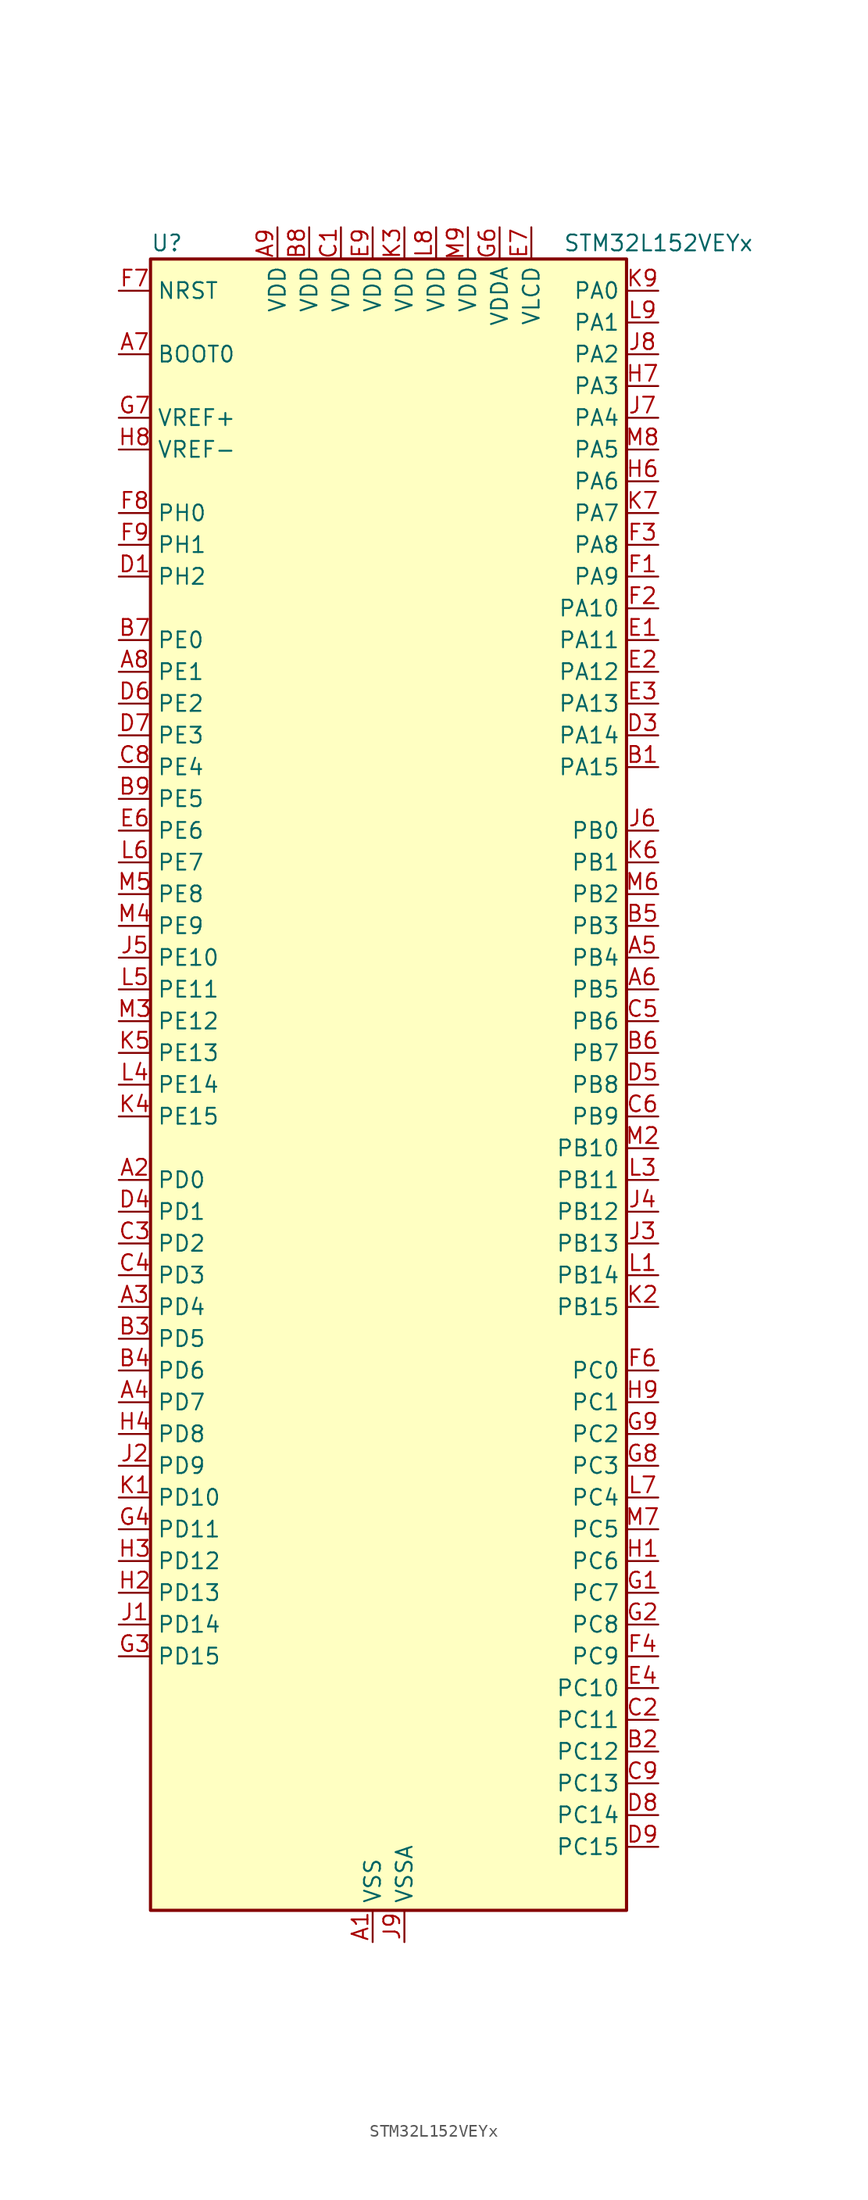
<source format=kicad_sym>
(kicad_symbol_lib
  (version 20231120)
  (generator "kicad-library-utils")
  (generator_version "8.0")
  (symbol "STM32L152VEYx"
    (property "Reference" "U"
      (at -17.78 67.31 0)
      (effects (font (size 1.27 1.27)) (justify left)))
    (property "Value" "STM32L152VEYx"
      (at 15.24 67.31 0)
      (effects (font (size 1.27 1.27)) (justify left)))
    (symbol "STM32L152VEYx_0_1"
      (rectangle (start -17.78 -66.04) (end 20.32 66.04) (stroke (width 0.254) (type default)) (fill (type background))))
    (symbol "STM32L152VEYx_1_1"
      (pin power_in line (at 0 -68.58 90) (length 2.54) (name "VSS" (effects (font (size 1.27 1.27)))) (number "A1" (effects (font (size 1.27 1.27)))))
      (pin bidirectional line (at -20.32 -7.62 0) (length 2.54) (name "PD0" (effects (font (size 1.27 1.27)))) (number "A2" (effects (font (size 1.27 1.27)))) (alternate "I2S2_WS" bidirectional line) (alternate "SPI2_NSS" bidirectional line) (alternate "TIM9_CH1" bidirectional line) (alternate "TIMX_IC1" bidirectional line))
      (pin bidirectional line (at -20.32 -17.78 0) (length 2.54) (name "PD4" (effects (font (size 1.27 1.27)))) (number "A3" (effects (font (size 1.27 1.27)))) (alternate "I2S2_SD" bidirectional line) (alternate "SPI2_MOSI" bidirectional line) (alternate "TIMX_IC1" bidirectional line) (alternate "USART2_RTS" bidirectional line))
      (pin bidirectional line (at -20.32 -25.4 0) (length 2.54) (name "PD7" (effects (font (size 1.27 1.27)))) (number "A4" (effects (font (size 1.27 1.27)))) (alternate "TIM9_CH2" bidirectional line) (alternate "TIMX_IC4" bidirectional line) (alternate "USART2_CK" bidirectional line))
      (pin bidirectional line (at 22.86 10.16 180) (length 2.54) (name "PB4" (effects (font (size 1.27 1.27)))) (number "A5" (effects (font (size 1.27 1.27)))) (alternate "COMP2_INP" bidirectional line) (alternate "LCD_SEG8" bidirectional line) (alternate "SPI1_MISO" bidirectional line) (alternate "SPI3_MISO" bidirectional line) (alternate "SYS_JTRST" bidirectional line) (alternate "TIM3_CH1" bidirectional line) (alternate "TS_G6_IO1" bidirectional line))
      (pin bidirectional line (at 22.86 7.62 180) (length 2.54) (name "PB5" (effects (font (size 1.27 1.27)))) (number "A6" (effects (font (size 1.27 1.27)))) (alternate "COMP2_INP" bidirectional line) (alternate "I2C1_SMBA" bidirectional line) (alternate "I2S3_SD" bidirectional line) (alternate "LCD_SEG9" bidirectional line) (alternate "SPI1_MOSI" bidirectional line) (alternate "SPI3_MOSI" bidirectional line) (alternate "TIM3_CH2" bidirectional line) (alternate "TS_G6_IO2" bidirectional line))
      (pin input line (at -20.32 58.42 0) (length 2.54) (name "BOOT0" (effects (font (size 1.27 1.27)))) (number "A7" (effects (font (size 1.27 1.27)))))
      (pin bidirectional line (at -20.32 33.02 0) (length 2.54) (name "PE1" (effects (font (size 1.27 1.27)))) (number "A8" (effects (font (size 1.27 1.27)))) (alternate "LCD_SEG37" bidirectional line) (alternate "TIM11_CH1" bidirectional line) (alternate "TIMX_IC2" bidirectional line))
      (pin power_in line (at -7.62 68.58 270) (length 2.54) (name "VDD" (effects (font (size 1.27 1.27)))) (number "A9" (effects (font (size 1.27 1.27)))))
      (pin bidirectional line (at 22.86 25.4 180) (length 2.54) (name "PA15" (effects (font (size 1.27 1.27)))) (number "B1" (effects (font (size 1.27 1.27)))) (alternate "ADC_EXTI15" bidirectional line) (alternate "I2S3_WS" bidirectional line) (alternate "LCD_SEG17" bidirectional line) (alternate "SPI1_NSS" bidirectional line) (alternate "SPI3_NSS" bidirectional line) (alternate "SYS_JTDI" bidirectional line) (alternate "TIM2_CH1" bidirectional line) (alternate "TIM2_ETR" bidirectional line) (alternate "TIMX_IC4" bidirectional line) (alternate "TS_G5_IO3" bidirectional line))
      (pin bidirectional line (at 22.86 -53.34 180) (length 2.54) (name "PC12" (effects (font (size 1.27 1.27)))) (number "B2" (effects (font (size 1.27 1.27)))) (alternate "I2S3_SD" bidirectional line) (alternate "LCD_COM6" bidirectional line) (alternate "LCD_SEG30" bidirectional line) (alternate "LCD_SEG42" bidirectional line) (alternate "SPI3_MOSI" bidirectional line) (alternate "TIMX_IC1" bidirectional line) (alternate "UART5_TX" bidirectional line) (alternate "USART3_CK" bidirectional line))
      (pin bidirectional line (at -20.32 -20.32 0) (length 2.54) (name "PD5" (effects (font (size 1.27 1.27)))) (number "B3" (effects (font (size 1.27 1.27)))) (alternate "TIMX_IC2" bidirectional line) (alternate "USART2_TX" bidirectional line))
      (pin bidirectional line (at -20.32 -22.86 0) (length 2.54) (name "PD6" (effects (font (size 1.27 1.27)))) (number "B4" (effects (font (size 1.27 1.27)))) (alternate "TIMX_IC3" bidirectional line) (alternate "USART2_RX" bidirectional line))
      (pin bidirectional line (at 22.86 12.7 180) (length 2.54) (name "PB3" (effects (font (size 1.27 1.27)))) (number "B5" (effects (font (size 1.27 1.27)))) (alternate "COMP2_INM" bidirectional line) (alternate "I2S3_CK" bidirectional line) (alternate "LCD_SEG7" bidirectional line) (alternate "SPI1_SCK" bidirectional line) (alternate "SPI3_SCK" bidirectional line) (alternate "SYS_JTDO-TRACESWO" bidirectional line) (alternate "TIM2_CH2" bidirectional line))
      (pin bidirectional line (at 22.86 2.54 180) (length 2.54) (name "PB7" (effects (font (size 1.27 1.27)))) (number "B6" (effects (font (size 1.27 1.27)))) (alternate "COMP2_INP" bidirectional line) (alternate "I2C1_SDA" bidirectional line) (alternate "SYS_PVD_IN" bidirectional line) (alternate "TIM4_CH2" bidirectional line) (alternate "TS_G6_IO4" bidirectional line) (alternate "USART1_RX" bidirectional line))
      (pin bidirectional line (at -20.32 35.56 0) (length 2.54) (name "PE0" (effects (font (size 1.27 1.27)))) (number "B7" (effects (font (size 1.27 1.27)))) (alternate "LCD_SEG36" bidirectional line) (alternate "TIM10_CH1" bidirectional line) (alternate "TIM4_ETR" bidirectional line) (alternate "TIMX_IC1" bidirectional line))
      (pin power_in line (at -5.08 68.58 270) (length 2.54) (name "VDD" (effects (font (size 1.27 1.27)))) (number "B8" (effects (font (size 1.27 1.27)))))
      (pin bidirectional line (at -20.32 22.86 0) (length 2.54) (name "PE5" (effects (font (size 1.27 1.27)))) (number "B9" (effects (font (size 1.27 1.27)))) (alternate "SYS_TRACED2" bidirectional line) (alternate "TIM9_CH1" bidirectional line) (alternate "TIMX_IC2" bidirectional line))
      (pin power_in line (at -2.54 68.58 270) (length 2.54) (name "VDD" (effects (font (size 1.27 1.27)))) (number "C1" (effects (font (size 1.27 1.27)))))
      (pin bidirectional line (at 22.86 -50.8 180) (length 2.54) (name "PC11" (effects (font (size 1.27 1.27)))) (number "C2" (effects (font (size 1.27 1.27)))) (alternate "ADC_EXTI11" bidirectional line) (alternate "LCD_COM5" bidirectional line) (alternate "LCD_SEG29" bidirectional line) (alternate "LCD_SEG41" bidirectional line) (alternate "SPI3_MISO" bidirectional line) (alternate "TIMX_IC4" bidirectional line) (alternate "UART4_RX" bidirectional line) (alternate "USART3_RX" bidirectional line))
      (pin bidirectional line (at -20.32 -12.7 0) (length 2.54) (name "PD2" (effects (font (size 1.27 1.27)))) (number "C3" (effects (font (size 1.27 1.27)))) (alternate "LCD_COM7" bidirectional line) (alternate "LCD_SEG31" bidirectional line) (alternate "LCD_SEG43" bidirectional line) (alternate "TIM3_ETR" bidirectional line) (alternate "TIMX_IC3" bidirectional line) (alternate "UART5_RX" bidirectional line))
      (pin bidirectional line (at -20.32 -15.24 0) (length 2.54) (name "PD3" (effects (font (size 1.27 1.27)))) (number "C4" (effects (font (size 1.27 1.27)))) (alternate "SPI2_MISO" bidirectional line) (alternate "TIMX_IC4" bidirectional line) (alternate "USART2_CTS" bidirectional line))
      (pin bidirectional line (at 22.86 5.08 180) (length 2.54) (name "PB6" (effects (font (size 1.27 1.27)))) (number "C5" (effects (font (size 1.27 1.27)))) (alternate "COMP2_INP" bidirectional line) (alternate "I2C1_SCL" bidirectional line) (alternate "TIM4_CH1" bidirectional line) (alternate "TS_G6_IO3" bidirectional line) (alternate "USART1_TX" bidirectional line))
      (pin bidirectional line (at 22.86 -2.54 180) (length 2.54) (name "PB9" (effects (font (size 1.27 1.27)))) (number "C6" (effects (font (size 1.27 1.27)))) (alternate "DAC_EXTI9" bidirectional line) (alternate "I2C1_SDA" bidirectional line) (alternate "LCD_COM3" bidirectional line) (alternate "TIM11_CH1" bidirectional line) (alternate "TIM4_CH4" bidirectional line))
      (pin passive line (at 0 -68.58 90) (length 2.54) hide (name "VSS" (effects (font (size 1.27 1.27)))) (number "C7" (effects (font (size 1.27 1.27)))))
      (pin bidirectional line (at -20.32 25.4 0) (length 2.54) (name "PE4" (effects (font (size 1.27 1.27)))) (number "C8" (effects (font (size 1.27 1.27)))) (alternate "SYS_TRACED1" bidirectional line) (alternate "TIM3_CH2" bidirectional line) (alternate "TIMX_IC1" bidirectional line))
      (pin bidirectional line (at 22.86 -55.88 180) (length 2.54) (name "PC13" (effects (font (size 1.27 1.27)))) (number "C9" (effects (font (size 1.27 1.27)))) (alternate "RTC_OUT_ALARM" bidirectional line) (alternate "RTC_OUT_CALIB" bidirectional line) (alternate "RTC_TAMP1" bidirectional line) (alternate "RTC_TS" bidirectional line) (alternate "SYS_WKUP2" bidirectional line) (alternate "TIMX_IC2" bidirectional line))
      (pin bidirectional line (at -20.32 40.64 0) (length 2.54) (name "PH2" (effects (font (size 1.27 1.27)))) (number "D1" (effects (font (size 1.27 1.27)))))
      (pin passive line (at 0 -68.58 90) (length 2.54) hide (name "VSS" (effects (font (size 1.27 1.27)))) (number "D2" (effects (font (size 1.27 1.27)))))
      (pin bidirectional line (at 22.86 27.94 180) (length 2.54) (name "PA14" (effects (font (size 1.27 1.27)))) (number "D3" (effects (font (size 1.27 1.27)))) (alternate "SYS_JTCK-SWCLK" bidirectional line) (alternate "TIMX_IC3" bidirectional line) (alternate "TS_G5_IO2" bidirectional line))
      (pin bidirectional line (at -20.32 -10.16 0) (length 2.54) (name "PD1" (effects (font (size 1.27 1.27)))) (number "D4" (effects (font (size 1.27 1.27)))) (alternate "I2S2_CK" bidirectional line) (alternate "SPI2_SCK" bidirectional line) (alternate "TIMX_IC2" bidirectional line))
      (pin bidirectional line (at 22.86 0 180) (length 2.54) (name "PB8" (effects (font (size 1.27 1.27)))) (number "D5" (effects (font (size 1.27 1.27)))) (alternate "I2C1_SCL" bidirectional line) (alternate "LCD_SEG16" bidirectional line) (alternate "TIM10_CH1" bidirectional line) (alternate "TIM4_CH3" bidirectional line))
      (pin bidirectional line (at -20.32 30.48 0) (length 2.54) (name "PE2" (effects (font (size 1.27 1.27)))) (number "D6" (effects (font (size 1.27 1.27)))) (alternate "LCD_SEG38" bidirectional line) (alternate "SYS_TRACECK" bidirectional line) (alternate "TIM3_ETR" bidirectional line) (alternate "TIMX_IC3" bidirectional line))
      (pin bidirectional line (at -20.32 27.94 0) (length 2.54) (name "PE3" (effects (font (size 1.27 1.27)))) (number "D7" (effects (font (size 1.27 1.27)))) (alternate "LCD_SEG39" bidirectional line) (alternate "SYS_TRACED0" bidirectional line) (alternate "TIM3_CH1" bidirectional line) (alternate "TIMX_IC4" bidirectional line))
      (pin bidirectional line (at 22.86 -58.42 180) (length 2.54) (name "PC14" (effects (font (size 1.27 1.27)))) (number "D8" (effects (font (size 1.27 1.27)))) (alternate "RCC_OSC32_IN" bidirectional line) (alternate "TIMX_IC3" bidirectional line))
      (pin bidirectional line (at 22.86 -60.96 180) (length 2.54) (name "PC15" (effects (font (size 1.27 1.27)))) (number "D9" (effects (font (size 1.27 1.27)))) (alternate "ADC_EXTI15" bidirectional line) (alternate "RCC_OSC32_OUT" bidirectional line) (alternate "TIMX_IC4" bidirectional line))
      (pin bidirectional line (at 22.86 35.56 180) (length 2.54) (name "PA11" (effects (font (size 1.27 1.27)))) (number "E1" (effects (font (size 1.27 1.27)))) (alternate "ADC_EXTI11" bidirectional line) (alternate "SPI1_MISO" bidirectional line) (alternate "TIMX_IC4" bidirectional line) (alternate "USART1_CTS" bidirectional line) (alternate "USB_DM" bidirectional line))
      (pin bidirectional line (at 22.86 33.02 180) (length 2.54) (name "PA12" (effects (font (size 1.27 1.27)))) (number "E2" (effects (font (size 1.27 1.27)))) (alternate "SPI1_MOSI" bidirectional line) (alternate "TIMX_IC1" bidirectional line) (alternate "USART1_RTS" bidirectional line) (alternate "USB_DP" bidirectional line))
      (pin bidirectional line (at 22.86 30.48 180) (length 2.54) (name "PA13" (effects (font (size 1.27 1.27)))) (number "E3" (effects (font (size 1.27 1.27)))) (alternate "SYS_JTMS-SWDIO" bidirectional line) (alternate "TIMX_IC2" bidirectional line) (alternate "TS_G5_IO1" bidirectional line))
      (pin bidirectional line (at 22.86 -48.26 180) (length 2.54) (name "PC10" (effects (font (size 1.27 1.27)))) (number "E4" (effects (font (size 1.27 1.27)))) (alternate "I2S3_CK" bidirectional line) (alternate "LCD_COM4" bidirectional line) (alternate "LCD_SEG28" bidirectional line) (alternate "LCD_SEG40" bidirectional line) (alternate "SPI3_SCK" bidirectional line) (alternate "TIMX_IC3" bidirectional line) (alternate "UART4_TX" bidirectional line) (alternate "USART3_TX" bidirectional line))
      (pin bidirectional line (at -20.32 20.32 0) (length 2.54) (name "PE6" (effects (font (size 1.27 1.27)))) (number "E6" (effects (font (size 1.27 1.27)))) (alternate "RTC_TAMP3" bidirectional line) (alternate "SYS_TRACED3" bidirectional line) (alternate "SYS_WKUP3" bidirectional line) (alternate "TIM9_CH2" bidirectional line) (alternate "TIMX_IC3" bidirectional line))
      (pin power_in line (at 12.7 68.58 270) (length 2.54) (name "VLCD" (effects (font (size 1.27 1.27)))) (number "E7" (effects (font (size 1.27 1.27)))))
      (pin passive line (at 0 -68.58 90) (length 2.54) hide (name "VSS" (effects (font (size 1.27 1.27)))) (number "E8" (effects (font (size 1.27 1.27)))))
      (pin power_in line (at 0 68.58 270) (length 2.54) (name "VDD" (effects (font (size 1.27 1.27)))) (number "E9" (effects (font (size 1.27 1.27)))))
      (pin bidirectional line (at 22.86 40.64 180) (length 2.54) (name "PA9" (effects (font (size 1.27 1.27)))) (number "F1" (effects (font (size 1.27 1.27)))) (alternate "DAC_EXTI9" bidirectional line) (alternate "LCD_COM1" bidirectional line) (alternate "TIMX_IC2" bidirectional line) (alternate "TS_G4_IO2" bidirectional line) (alternate "USART1_TX" bidirectional line))
      (pin bidirectional line (at 22.86 38.1 180) (length 2.54) (name "PA10" (effects (font (size 1.27 1.27)))) (number "F2" (effects (font (size 1.27 1.27)))) (alternate "LCD_COM2" bidirectional line) (alternate "TIMX_IC3" bidirectional line) (alternate "TS_G4_IO3" bidirectional line) (alternate "USART1_RX" bidirectional line))
      (pin bidirectional line (at 22.86 43.18 180) (length 2.54) (name "PA8" (effects (font (size 1.27 1.27)))) (number "F3" (effects (font (size 1.27 1.27)))) (alternate "LCD_COM0" bidirectional line) (alternate "RCC_MCO" bidirectional line) (alternate "TIMX_IC1" bidirectional line) (alternate "TS_G4_IO1" bidirectional line) (alternate "USART1_CK" bidirectional line))
      (pin bidirectional line (at 22.86 -45.72 180) (length 2.54) (name "PC9" (effects (font (size 1.27 1.27)))) (number "F4" (effects (font (size 1.27 1.27)))) (alternate "DAC_EXTI9" bidirectional line) (alternate "LCD_SEG27" bidirectional line) (alternate "TIM3_CH4" bidirectional line) (alternate "TIMX_IC2" bidirectional line) (alternate "TS_G10_IO4" bidirectional line))
      (pin bidirectional line (at 22.86 -22.86 180) (length 2.54) (name "PC0" (effects (font (size 1.27 1.27)))) (number "F6" (effects (font (size 1.27 1.27)))) (alternate "ADC_IN10" bidirectional line) (alternate "COMP1_INP" bidirectional line) (alternate "LCD_SEG18" bidirectional line) (alternate "TIMX_IC1" bidirectional line) (alternate "TS_G8_IO1" bidirectional line))
      (pin input line (at -20.32 63.5 0) (length 2.54) (name "NRST" (effects (font (size 1.27 1.27)))) (number "F7" (effects (font (size 1.27 1.27)))))
      (pin bidirectional line (at -20.32 45.72 0) (length 2.54) (name "PH0" (effects (font (size 1.27 1.27)))) (number "F8" (effects (font (size 1.27 1.27)))) (alternate "RCC_OSC_IN" bidirectional line))
      (pin bidirectional line (at -20.32 43.18 0) (length 2.54) (name "PH1" (effects (font (size 1.27 1.27)))) (number "F9" (effects (font (size 1.27 1.27)))) (alternate "RCC_OSC_OUT" bidirectional line))
      (pin bidirectional line (at 22.86 -40.64 180) (length 2.54) (name "PC7" (effects (font (size 1.27 1.27)))) (number "G1" (effects (font (size 1.27 1.27)))) (alternate "I2S3_MCK" bidirectional line) (alternate "LCD_SEG25" bidirectional line) (alternate "TIM3_CH2" bidirectional line) (alternate "TIMX_IC4" bidirectional line) (alternate "TS_G10_IO2" bidirectional line))
      (pin bidirectional line (at 22.86 -43.18 180) (length 2.54) (name "PC8" (effects (font (size 1.27 1.27)))) (number "G2" (effects (font (size 1.27 1.27)))) (alternate "LCD_SEG26" bidirectional line) (alternate "TIM3_CH3" bidirectional line) (alternate "TIMX_IC1" bidirectional line) (alternate "TS_G10_IO3" bidirectional line))
      (pin bidirectional line (at -20.32 -45.72 0) (length 2.54) (name "PD15" (effects (font (size 1.27 1.27)))) (number "G3" (effects (font (size 1.27 1.27)))) (alternate "ADC_EXTI15" bidirectional line) (alternate "LCD_SEG35" bidirectional line) (alternate "TIM4_CH4" bidirectional line) (alternate "TIMX_IC4" bidirectional line))
      (pin bidirectional line (at -20.32 -35.56 0) (length 2.54) (name "PD11" (effects (font (size 1.27 1.27)))) (number "G4" (effects (font (size 1.27 1.27)))) (alternate "ADC_EXTI11" bidirectional line) (alternate "LCD_SEG31" bidirectional line) (alternate "TIMX_IC4" bidirectional line) (alternate "USART3_CTS" bidirectional line))
      (pin power_in line (at 10.16 68.58 270) (length 2.54) (name "VDDA" (effects (font (size 1.27 1.27)))) (number "G6" (effects (font (size 1.27 1.27)))))
      (pin input line (at -20.32 53.34 0) (length 2.54) (name "VREF+" (effects (font (size 1.27 1.27)))) (number "G7" (effects (font (size 1.27 1.27)))))
      (pin bidirectional line (at 22.86 -30.48 180) (length 2.54) (name "PC3" (effects (font (size 1.27 1.27)))) (number "G8" (effects (font (size 1.27 1.27)))) (alternate "ADC_IN13" bidirectional line) (alternate "COMP1_INP" bidirectional line) (alternate "LCD_SEG21" bidirectional line) (alternate "TIMX_IC4" bidirectional line) (alternate "TS_G8_IO4" bidirectional line))
      (pin bidirectional line (at 22.86 -27.94 180) (length 2.54) (name "PC2" (effects (font (size 1.27 1.27)))) (number "G9" (effects (font (size 1.27 1.27)))) (alternate "ADC_IN12" bidirectional line) (alternate "COMP1_INP" bidirectional line) (alternate "LCD_SEG20" bidirectional line) (alternate "TIMX_IC3" bidirectional line) (alternate "TS_G8_IO3" bidirectional line))
      (pin bidirectional line (at 22.86 -38.1 180) (length 2.54) (name "PC6" (effects (font (size 1.27 1.27)))) (number "H1" (effects (font (size 1.27 1.27)))) (alternate "I2S2_MCK" bidirectional line) (alternate "LCD_SEG24" bidirectional line) (alternate "TIM3_CH1" bidirectional line) (alternate "TIMX_IC3" bidirectional line) (alternate "TS_G10_IO1" bidirectional line))
      (pin bidirectional line (at -20.32 -40.64 0) (length 2.54) (name "PD13" (effects (font (size 1.27 1.27)))) (number "H2" (effects (font (size 1.27 1.27)))) (alternate "LCD_SEG33" bidirectional line) (alternate "TIM4_CH2" bidirectional line) (alternate "TIMX_IC2" bidirectional line))
      (pin bidirectional line (at -20.32 -38.1 0) (length 2.54) (name "PD12" (effects (font (size 1.27 1.27)))) (number "H3" (effects (font (size 1.27 1.27)))) (alternate "LCD_SEG32" bidirectional line) (alternate "TIM4_CH1" bidirectional line) (alternate "TIMX_IC1" bidirectional line) (alternate "USART3_RTS" bidirectional line))
      (pin bidirectional line (at -20.32 -27.94 0) (length 2.54) (name "PD8" (effects (font (size 1.27 1.27)))) (number "H4" (effects (font (size 1.27 1.27)))) (alternate "LCD_SEG28" bidirectional line) (alternate "TIMX_IC1" bidirectional line) (alternate "USART3_TX" bidirectional line))
      (pin bidirectional line (at 22.86 48.26 180) (length 2.54) (name "PA6" (effects (font (size 1.27 1.27)))) (number "H6" (effects (font (size 1.27 1.27)))) (alternate "ADC_IN6" bidirectional line) (alternate "COMP1_INP" bidirectional line) (alternate "LCD_SEG3" bidirectional line) (alternate "OPAMP2_VINP" bidirectional line) (alternate "SPI1_MISO" bidirectional line) (alternate "TIM10_CH1" bidirectional line) (alternate "TIM3_CH1" bidirectional line) (alternate "TIMX_IC3" bidirectional line) (alternate "TS_G2_IO1" bidirectional line))
      (pin bidirectional line (at 22.86 55.88 180) (length 2.54) (name "PA3" (effects (font (size 1.27 1.27)))) (number "H7" (effects (font (size 1.27 1.27)))) (alternate "ADC_IN3" bidirectional line) (alternate "COMP1_INP" bidirectional line) (alternate "LCD_SEG2" bidirectional line) (alternate "OPAMP1_VOUT" bidirectional line) (alternate "TIM2_CH4" bidirectional line) (alternate "TIM5_CH4" bidirectional line) (alternate "TIM9_CH2" bidirectional line) (alternate "TIMX_IC4" bidirectional line) (alternate "TS_G1_IO4" bidirectional line) (alternate "USART2_RX" bidirectional line))
      (pin input line (at -20.32 50.8 0) (length 2.54) (name "VREF-" (effects (font (size 1.27 1.27)))) (number "H8" (effects (font (size 1.27 1.27)))))
      (pin bidirectional line (at 22.86 -25.4 180) (length 2.54) (name "PC1" (effects (font (size 1.27 1.27)))) (number "H9" (effects (font (size 1.27 1.27)))) (alternate "ADC_IN11" bidirectional line) (alternate "COMP1_INP" bidirectional line) (alternate "LCD_SEG19" bidirectional line) (alternate "TIMX_IC2" bidirectional line) (alternate "TS_G8_IO2" bidirectional line))
      (pin bidirectional line (at -20.32 -43.18 0) (length 2.54) (name "PD14" (effects (font (size 1.27 1.27)))) (number "J1" (effects (font (size 1.27 1.27)))) (alternate "LCD_SEG34" bidirectional line) (alternate "TIM4_CH3" bidirectional line) (alternate "TIMX_IC3" bidirectional line))
      (pin bidirectional line (at -20.32 -30.48 0) (length 2.54) (name "PD9" (effects (font (size 1.27 1.27)))) (number "J2" (effects (font (size 1.27 1.27)))) (alternate "DAC_EXTI9" bidirectional line) (alternate "LCD_SEG29" bidirectional line) (alternate "TIMX_IC2" bidirectional line) (alternate "USART3_RX" bidirectional line))
      (pin bidirectional line (at 22.86 -12.7 180) (length 2.54) (name "PB13" (effects (font (size 1.27 1.27)))) (number "J3" (effects (font (size 1.27 1.27)))) (alternate "ADC_IN19" bidirectional line) (alternate "COMP1_INP" bidirectional line) (alternate "I2S2_CK" bidirectional line) (alternate "LCD_SEG13" bidirectional line) (alternate "SPI2_SCK" bidirectional line) (alternate "TIM9_CH1" bidirectional line) (alternate "TS_G7_IO2" bidirectional line) (alternate "USART3_CTS" bidirectional line))
      (pin bidirectional line (at 22.86 -10.16 180) (length 2.54) (name "PB12" (effects (font (size 1.27 1.27)))) (number "J4" (effects (font (size 1.27 1.27)))) (alternate "ADC_IN18" bidirectional line) (alternate "COMP1_INP" bidirectional line) (alternate "I2C2_SMBA" bidirectional line) (alternate "I2S2_WS" bidirectional line) (alternate "LCD_SEG12" bidirectional line) (alternate "SPI2_NSS" bidirectional line) (alternate "TIM10_CH1" bidirectional line) (alternate "TS_G7_IO1" bidirectional line) (alternate "USART3_CK" bidirectional line))
      (pin bidirectional line (at -20.32 10.16 0) (length 2.54) (name "PE10" (effects (font (size 1.27 1.27)))) (number "J5" (effects (font (size 1.27 1.27)))) (alternate "ADC_IN25" bidirectional line) (alternate "COMP1_INP" bidirectional line) (alternate "TIM2_CH2" bidirectional line) (alternate "TIMX_IC3" bidirectional line))
      (pin bidirectional line (at 22.86 20.32 180) (length 2.54) (name "PB0" (effects (font (size 1.27 1.27)))) (number "J6" (effects (font (size 1.27 1.27)))) (alternate "ADC_IN8" bidirectional line) (alternate "COMP1_INP" bidirectional line) (alternate "LCD_SEG5" bidirectional line) (alternate "OPAMP2_VOUT" bidirectional line) (alternate "SYS_V_REF_OUT" bidirectional line) (alternate "TIM3_CH3" bidirectional line) (alternate "TS_G3_IO1" bidirectional line))
      (pin bidirectional line (at 22.86 53.34 180) (length 2.54) (name "PA4" (effects (font (size 1.27 1.27)))) (number "J7" (effects (font (size 1.27 1.27)))) (alternate "ADC_IN4" bidirectional line) (alternate "COMP1_INP" bidirectional line) (alternate "DAC_OUT1" bidirectional line) (alternate "I2S3_WS" bidirectional line) (alternate "SPI1_NSS" bidirectional line) (alternate "SPI3_NSS" bidirectional line) (alternate "TIMX_IC1" bidirectional line) (alternate "USART2_CK" bidirectional line))
      (pin bidirectional line (at 22.86 58.42 180) (length 2.54) (name "PA2" (effects (font (size 1.27 1.27)))) (number "J8" (effects (font (size 1.27 1.27)))) (alternate "ADC_IN2" bidirectional line) (alternate "COMP1_INP" bidirectional line) (alternate "LCD_SEG1" bidirectional line) (alternate "OPAMP1_VINM" bidirectional line) (alternate "TIM2_CH3" bidirectional line) (alternate "TIM5_CH3" bidirectional line) (alternate "TIM9_CH1" bidirectional line) (alternate "TIMX_IC3" bidirectional line) (alternate "TS_G1_IO3" bidirectional line) (alternate "USART2_TX" bidirectional line))
      (pin power_in line (at 2.54 -68.58 90) (length 2.54) (name "VSSA" (effects (font (size 1.27 1.27)))) (number "J9" (effects (font (size 1.27 1.27)))))
      (pin bidirectional line (at -20.32 -33.02 0) (length 2.54) (name "PD10" (effects (font (size 1.27 1.27)))) (number "K1" (effects (font (size 1.27 1.27)))) (alternate "LCD_SEG30" bidirectional line) (alternate "TIMX_IC3" bidirectional line) (alternate "USART3_CK" bidirectional line))
      (pin bidirectional line (at 22.86 -17.78 180) (length 2.54) (name "PB15" (effects (font (size 1.27 1.27)))) (number "K2" (effects (font (size 1.27 1.27)))) (alternate "ADC_EXTI15" bidirectional line) (alternate "ADC_IN21" bidirectional line) (alternate "COMP1_INP" bidirectional line) (alternate "I2S2_SD" bidirectional line) (alternate "LCD_SEG15" bidirectional line) (alternate "RTC_REFIN" bidirectional line) (alternate "SPI2_MOSI" bidirectional line) (alternate "TIM11_CH1" bidirectional line) (alternate "TS_G7_IO4" bidirectional line))
      (pin power_in line (at 2.54 68.58 270) (length 2.54) (name "VDD" (effects (font (size 1.27 1.27)))) (number "K3" (effects (font (size 1.27 1.27)))))
      (pin bidirectional line (at -20.32 -2.54 0) (length 2.54) (name "PE15" (effects (font (size 1.27 1.27)))) (number "K4" (effects (font (size 1.27 1.27)))) (alternate "ADC_EXTI15" bidirectional line) (alternate "SPI1_MOSI" bidirectional line) (alternate "TIMX_IC4" bidirectional line))
      (pin bidirectional line (at -20.32 2.54 0) (length 2.54) (name "PE13" (effects (font (size 1.27 1.27)))) (number "K5" (effects (font (size 1.27 1.27)))) (alternate "SPI1_SCK" bidirectional line) (alternate "TIMX_IC2" bidirectional line))
      (pin bidirectional line (at 22.86 17.78 180) (length 2.54) (name "PB1" (effects (font (size 1.27 1.27)))) (number "K6" (effects (font (size 1.27 1.27)))) (alternate "ADC_IN9" bidirectional line) (alternate "COMP1_INP" bidirectional line) (alternate "LCD_SEG6" bidirectional line) (alternate "SYS_V_REF_OUT" bidirectional line) (alternate "TIM3_CH4" bidirectional line) (alternate "TS_G3_IO2" bidirectional line))
      (pin bidirectional line (at 22.86 45.72 180) (length 2.54) (name "PA7" (effects (font (size 1.27 1.27)))) (number "K7" (effects (font (size 1.27 1.27)))) (alternate "ADC_IN7" bidirectional line) (alternate "COMP1_INP" bidirectional line) (alternate "LCD_SEG4" bidirectional line) (alternate "OPAMP2_VINM" bidirectional line) (alternate "SPI1_MOSI" bidirectional line) (alternate "TIM11_CH1" bidirectional line) (alternate "TIM3_CH2" bidirectional line) (alternate "TIMX_IC4" bidirectional line) (alternate "TS_G2_IO2" bidirectional line))
      (pin passive line (at 0 -68.58 90) (length 2.54) hide (name "VSS" (effects (font (size 1.27 1.27)))) (number "K8" (effects (font (size 1.27 1.27)))))
      (pin bidirectional line (at 22.86 63.5 180) (length 2.54) (name "PA0" (effects (font (size 1.27 1.27)))) (number "K9" (effects (font (size 1.27 1.27)))) (alternate "ADC_IN0" bidirectional line) (alternate "COMP1_INP" bidirectional line) (alternate "RTC_TAMP2" bidirectional line) (alternate "SYS_WKUP1" bidirectional line) (alternate "TIM2_CH1" bidirectional line) (alternate "TIM2_ETR" bidirectional line) (alternate "TIM5_CH1" bidirectional line) (alternate "TIMX_IC1" bidirectional line) (alternate "TS_G1_IO1" bidirectional line) (alternate "USART2_CTS" bidirectional line))
      (pin bidirectional line (at 22.86 -15.24 180) (length 2.54) (name "PB14" (effects (font (size 1.27 1.27)))) (number "L1" (effects (font (size 1.27 1.27)))) (alternate "ADC_IN20" bidirectional line) (alternate "COMP1_INP" bidirectional line) (alternate "LCD_SEG14" bidirectional line) (alternate "SPI2_MISO" bidirectional line) (alternate "TIM9_CH2" bidirectional line) (alternate "TS_G7_IO3" bidirectional line) (alternate "USART3_RTS" bidirectional line))
      (pin passive line (at 0 -68.58 90) (length 2.54) hide (name "VSS" (effects (font (size 1.27 1.27)))) (number "L2" (effects (font (size 1.27 1.27)))))
      (pin bidirectional line (at 22.86 -7.62 180) (length 2.54) (name "PB11" (effects (font (size 1.27 1.27)))) (number "L3" (effects (font (size 1.27 1.27)))) (alternate "ADC_EXTI11" bidirectional line) (alternate "I2C2_SDA" bidirectional line) (alternate "LCD_SEG11" bidirectional line) (alternate "TIM2_CH4" bidirectional line) (alternate "USART3_RX" bidirectional line))
      (pin bidirectional line (at -20.32 0 0) (length 2.54) (name "PE14" (effects (font (size 1.27 1.27)))) (number "L4" (effects (font (size 1.27 1.27)))) (alternate "SPI1_MISO" bidirectional line) (alternate "TIMX_IC3" bidirectional line))
      (pin bidirectional line (at -20.32 7.62 0) (length 2.54) (name "PE11" (effects (font (size 1.27 1.27)))) (number "L5" (effects (font (size 1.27 1.27)))) (alternate "ADC_EXTI11" bidirectional line) (alternate "TIM2_CH3" bidirectional line) (alternate "TIMX_IC4" bidirectional line))
      (pin bidirectional line (at -20.32 17.78 0) (length 2.54) (name "PE7" (effects (font (size 1.27 1.27)))) (number "L6" (effects (font (size 1.27 1.27)))) (alternate "ADC_IN22" bidirectional line) (alternate "COMP1_INP" bidirectional line) (alternate "TIMX_IC4" bidirectional line))
      (pin bidirectional line (at 22.86 -33.02 180) (length 2.54) (name "PC4" (effects (font (size 1.27 1.27)))) (number "L7" (effects (font (size 1.27 1.27)))) (alternate "ADC_IN14" bidirectional line) (alternate "COMP1_INP" bidirectional line) (alternate "LCD_SEG22" bidirectional line) (alternate "TIMX_IC1" bidirectional line) (alternate "TS_G9_IO1" bidirectional line))
      (pin power_in line (at 5.08 68.58 270) (length 2.54) (name "VDD" (effects (font (size 1.27 1.27)))) (number "L8" (effects (font (size 1.27 1.27)))))
      (pin bidirectional line (at 22.86 60.96 180) (length 2.54) (name "PA1" (effects (font (size 1.27 1.27)))) (number "L9" (effects (font (size 1.27 1.27)))) (alternate "ADC_IN1" bidirectional line) (alternate "COMP1_INP" bidirectional line) (alternate "LCD_SEG0" bidirectional line) (alternate "OPAMP1_VINP" bidirectional line) (alternate "TIM2_CH2" bidirectional line) (alternate "TIM5_CH2" bidirectional line) (alternate "TIMX_IC2" bidirectional line) (alternate "TS_G1_IO2" bidirectional line) (alternate "USART2_RTS" bidirectional line))
      (pin passive line (at 0 -68.58 90) (length 2.54) hide (name "VSS" (effects (font (size 1.27 1.27)))) (number "M1" (effects (font (size 1.27 1.27)))))
      (pin bidirectional line (at 22.86 -5.08 180) (length 2.54) (name "PB10" (effects (font (size 1.27 1.27)))) (number "M2" (effects (font (size 1.27 1.27)))) (alternate "I2C2_SCL" bidirectional line) (alternate "LCD_SEG10" bidirectional line) (alternate "TIM2_CH3" bidirectional line) (alternate "USART3_TX" bidirectional line))
      (pin bidirectional line (at -20.32 5.08 0) (length 2.54) (name "PE12" (effects (font (size 1.27 1.27)))) (number "M3" (effects (font (size 1.27 1.27)))) (alternate "SPI1_NSS" bidirectional line) (alternate "TIM2_CH4" bidirectional line) (alternate "TIMX_IC1" bidirectional line))
      (pin bidirectional line (at -20.32 12.7 0) (length 2.54) (name "PE9" (effects (font (size 1.27 1.27)))) (number "M4" (effects (font (size 1.27 1.27)))) (alternate "ADC_IN24" bidirectional line) (alternate "COMP1_INP" bidirectional line) (alternate "DAC_EXTI9" bidirectional line) (alternate "TIM2_CH1" bidirectional line) (alternate "TIM2_ETR" bidirectional line) (alternate "TIMX_IC2" bidirectional line))
      (pin bidirectional line (at -20.32 15.24 0) (length 2.54) (name "PE8" (effects (font (size 1.27 1.27)))) (number "M5" (effects (font (size 1.27 1.27)))) (alternate "ADC_IN23" bidirectional line) (alternate "COMP1_INP" bidirectional line) (alternate "TIMX_IC1" bidirectional line))
      (pin bidirectional line (at 22.86 15.24 180) (length 2.54) (name "PB2" (effects (font (size 1.27 1.27)))) (number "M6" (effects (font (size 1.27 1.27)))) (alternate "ADC_IN0b" bidirectional line) (alternate "TS_G3_IO3" bidirectional line))
      (pin bidirectional line (at 22.86 -35.56 180) (length 2.54) (name "PC5" (effects (font (size 1.27 1.27)))) (number "M7" (effects (font (size 1.27 1.27)))) (alternate "ADC_IN15" bidirectional line) (alternate "COMP1_INP" bidirectional line) (alternate "LCD_SEG23" bidirectional line) (alternate "TIMX_IC2" bidirectional line) (alternate "TS_G9_IO2" bidirectional line))
      (pin bidirectional line (at 22.86 50.8 180) (length 2.54) (name "PA5" (effects (font (size 1.27 1.27)))) (number "M8" (effects (font (size 1.27 1.27)))) (alternate "ADC_IN5" bidirectional line) (alternate "COMP1_INP" bidirectional line) (alternate "DAC_OUT2" bidirectional line) (alternate "SPI1_SCK" bidirectional line) (alternate "TIM2_CH1" bidirectional line) (alternate "TIM2_ETR" bidirectional line) (alternate "TIMX_IC2" bidirectional line))
      (pin power_in line (at 7.62 68.58 270) (length 2.54) (name "VDD" (effects (font (size 1.27 1.27)))) (number "M9" (effects (font (size 1.27 1.27))))))))
</source>
